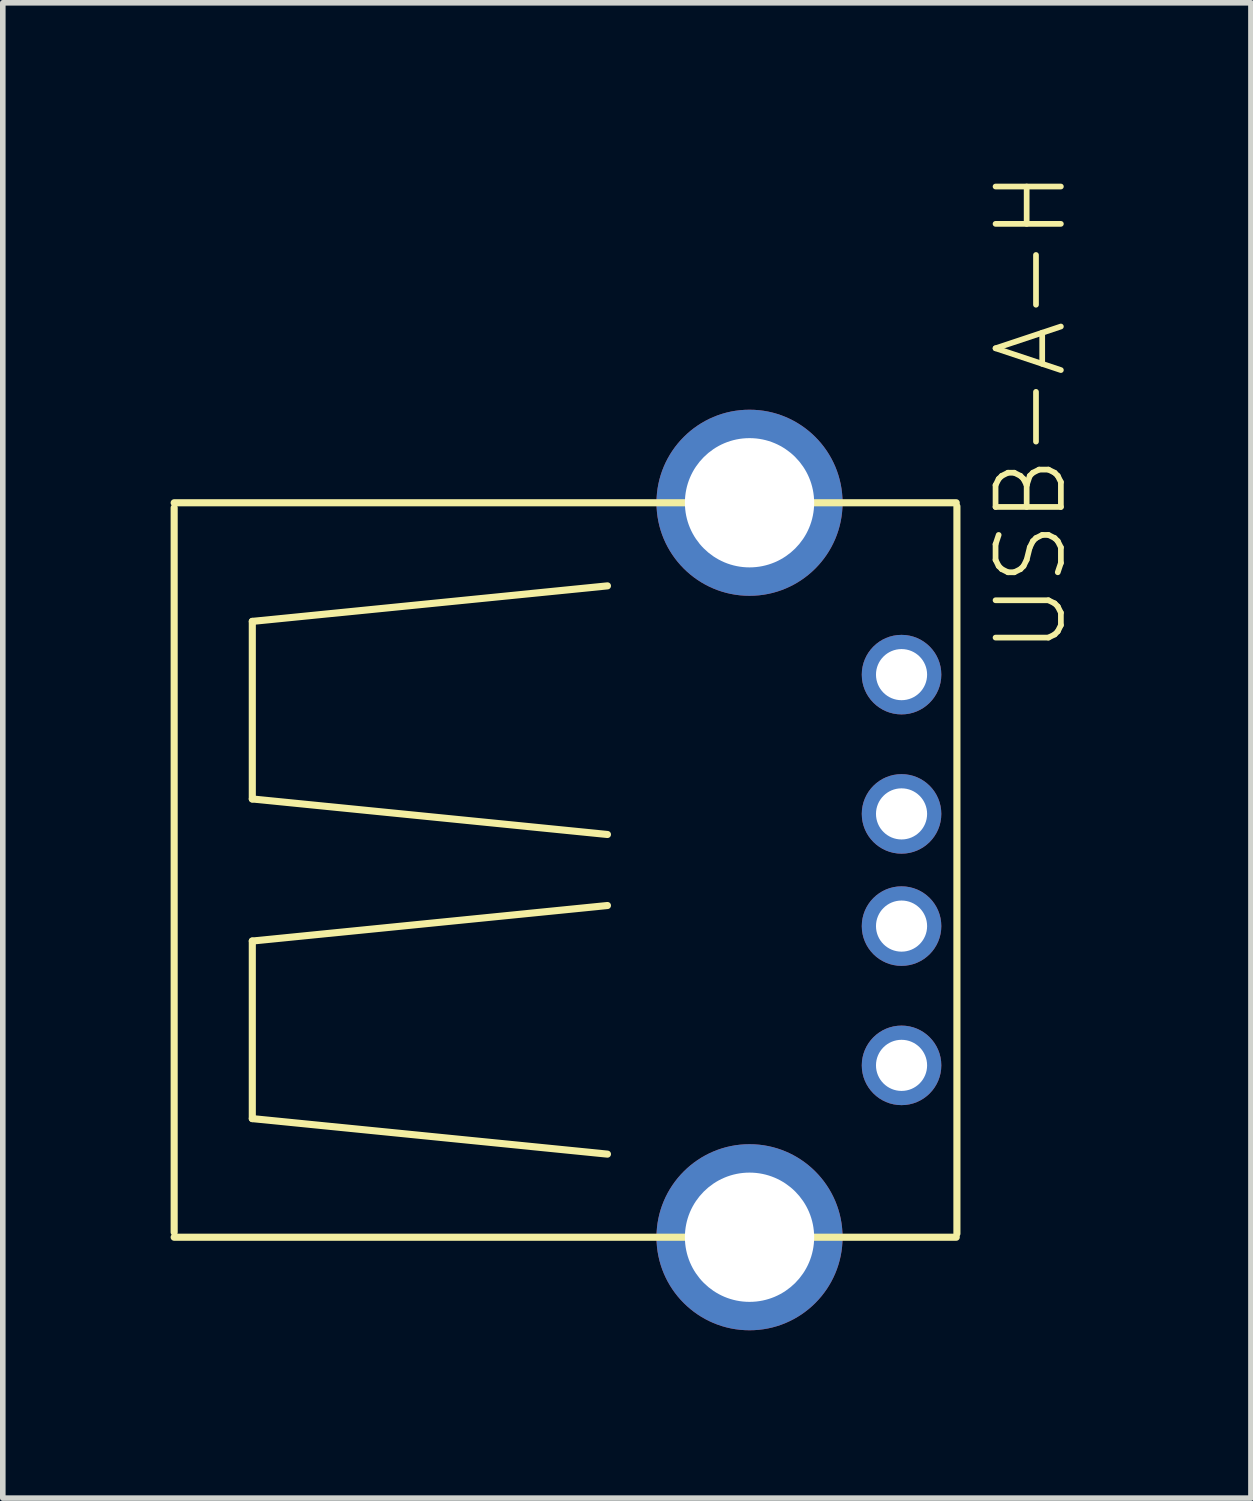
<source format=kicad_pcb>
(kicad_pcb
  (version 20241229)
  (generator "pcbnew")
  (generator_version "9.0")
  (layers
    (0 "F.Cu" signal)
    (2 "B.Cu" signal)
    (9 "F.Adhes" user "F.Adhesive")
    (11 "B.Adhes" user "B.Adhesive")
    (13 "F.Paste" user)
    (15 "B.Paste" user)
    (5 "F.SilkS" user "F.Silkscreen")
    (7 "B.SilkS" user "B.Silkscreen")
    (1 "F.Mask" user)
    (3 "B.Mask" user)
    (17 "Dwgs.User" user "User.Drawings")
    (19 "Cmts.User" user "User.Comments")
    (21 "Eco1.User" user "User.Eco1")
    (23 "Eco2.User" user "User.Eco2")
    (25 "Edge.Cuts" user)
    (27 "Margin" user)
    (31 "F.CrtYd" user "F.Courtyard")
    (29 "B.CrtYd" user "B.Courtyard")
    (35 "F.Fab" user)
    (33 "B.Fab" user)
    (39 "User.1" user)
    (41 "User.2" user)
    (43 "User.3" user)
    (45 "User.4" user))
  (footprint "USB-A-H"
    (layer "F.Cu")
    (at 10.351 12.505)
    (property "Reference" "USB-A-H" (at 5.715 -3.81 90) (layer "F.SilkS") (effects (font (size 1.168 1.168) (thickness 0.102)) (justify left bottom)))
    (fp_line (start -10.287 -6.477) (end -10.287 6.477) (stroke (width 0.127) (type solid)) (layer "F.SilkS"))
    (fp_line (start -8.89 -4.445) (end -8.89 -1.27) (stroke (width 0.127) (type solid)) (layer "F.SilkS"))
    (fp_line (start -8.89 -1.27) (end -2.54 -0.635) (stroke (width 0.127) (type solid)) (layer "F.SilkS"))
    (fp_line (start -8.89 1.27) (end -2.54 0.635) (stroke (width 0.127) (type solid)) (layer "F.SilkS"))
    (fp_line (start -8.89 4.445) (end -8.89 1.27) (stroke (width 0.127) (type solid)) (layer "F.SilkS"))
    (fp_line (start -2.54 -5.08) (end -8.89 -4.445) (stroke (width 0.127) (type solid)) (layer "F.SilkS"))
    (fp_line (start -2.54 5.08) (end -8.89 4.445) (stroke (width 0.127) (type solid)) (layer "F.SilkS"))
    (fp_line (start 3.696 -6.566) (end -10.287 -6.566) (stroke (width 0.127) (type solid)) (layer "F.SilkS"))
    (fp_line (start 3.696 6.566) (end -10.287 6.566) (stroke (width 0.127) (type solid)) (layer "F.SilkS"))
    (fp_line (start 3.708 -6.502) (end 3.708 6.502) (stroke (width 0.127) (type solid)) (layer "F.SilkS"))
    (pad "D+" thru_hole circle (at 2.718 1.003 270) (size 1.422 1.422) (drill 0.914) (layers "*.Cu" "*.Mask"))
    (pad "D-" thru_hole circle (at 2.718 -1.003 270) (size 1.422 1.422) (drill 0.914) (layers "*.Cu" "*.Mask"))
    (pad "GND" thru_hole circle (at 2.718 3.493 270) (size 1.422 1.422) (drill 0.914) (layers "*.Cu" "*.Mask"))
    (pad "GND@1" thru_hole circle (at 0 -6.566 270) (size 3.327 3.327) (drill 2.311) (layers "*.Cu" "*.Mask"))
    (pad "GND@2" thru_hole circle (at 0 6.566 270) (size 3.327 3.327) (drill 2.311) (layers "*.Cu" "*.Mask"))
    (pad "VBUS" thru_hole circle (at 2.718 -3.493 270) (size 1.422 1.422) (drill 0.914) (layers "*.Cu" "*.Mask")))
  (gr_rect
    (start -3 -3)
    (end 19.316 23.735)
    (stroke (width 0.1) (type default))
    (fill no)
    (layer "Edge.Cuts")))
</source>
